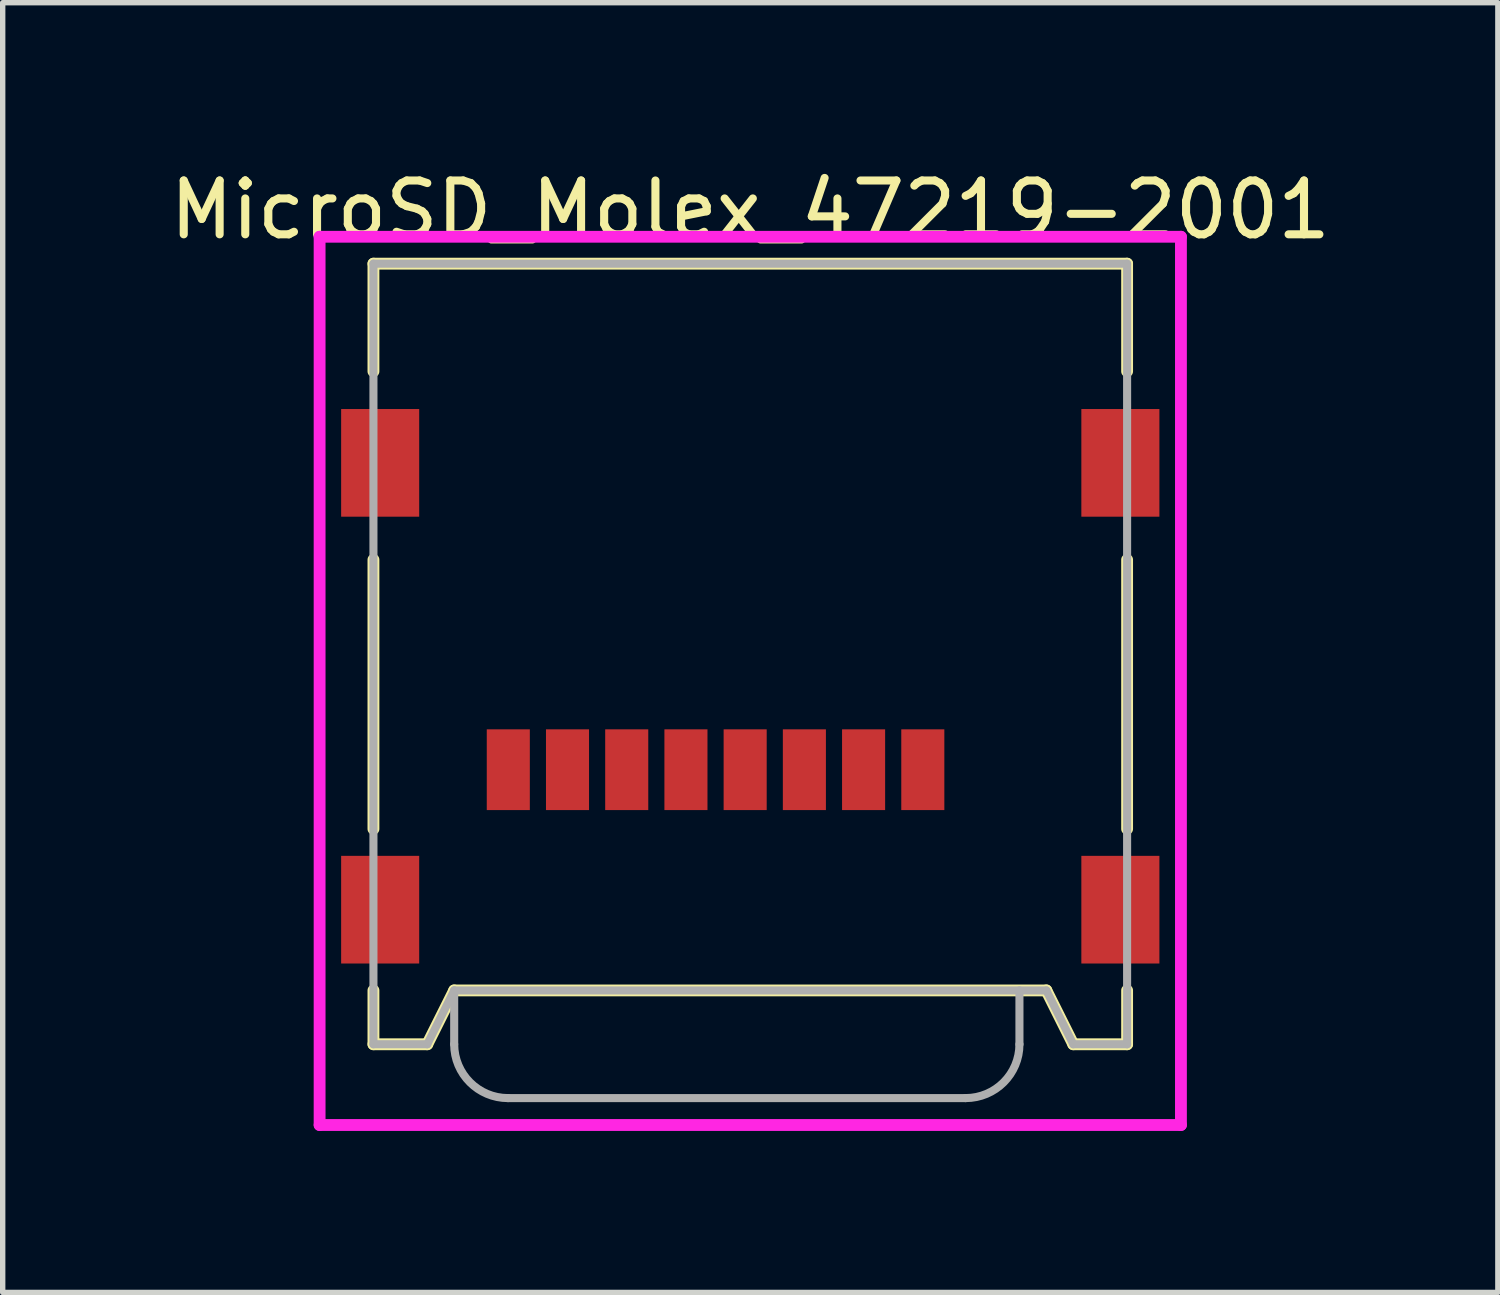
<source format=kicad_pcb>
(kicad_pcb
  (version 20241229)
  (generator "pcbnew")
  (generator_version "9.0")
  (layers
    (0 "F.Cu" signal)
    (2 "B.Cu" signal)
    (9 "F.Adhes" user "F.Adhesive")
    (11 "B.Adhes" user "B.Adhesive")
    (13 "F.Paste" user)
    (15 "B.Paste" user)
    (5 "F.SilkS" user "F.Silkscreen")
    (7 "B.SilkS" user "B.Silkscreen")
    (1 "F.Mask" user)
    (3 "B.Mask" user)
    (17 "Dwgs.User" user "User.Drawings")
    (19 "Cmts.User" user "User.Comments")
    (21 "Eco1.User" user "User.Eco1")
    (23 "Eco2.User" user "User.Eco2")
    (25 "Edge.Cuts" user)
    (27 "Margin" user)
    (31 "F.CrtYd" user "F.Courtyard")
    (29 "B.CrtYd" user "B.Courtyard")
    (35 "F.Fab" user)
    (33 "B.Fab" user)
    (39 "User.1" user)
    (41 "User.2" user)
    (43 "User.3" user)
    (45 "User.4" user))
  (footprint "MicroSD_Molex_47219-2001"
    (layer "F.Cu")
    (at 10.887 13.848)
    (property "Reference" "MicroSD_Molex_47219-2001" (at 0 -13 0) (layer "F.SilkS") (effects (font (size 1 1) (thickness 0.15))))
    (attr through_hole)
    (fp_line (start -7 -12) (end 7 -12) (stroke (width 0.22) (type solid)) (layer "F.SilkS"))
    (fp_line (start -7 -10) (end -7 -12) (stroke (width 0.22) (type solid)) (layer "F.SilkS"))
    (fp_line (start -7 -1.5) (end -7 -6.5) (stroke (width 0.22) (type solid)) (layer "F.SilkS"))
    (fp_line (start -7 2.5) (end -7 1.5) (stroke (width 0.22) (type solid)) (layer "F.SilkS"))
    (fp_line (start -6 2.5) (end -7 2.5) (stroke (width 0.22) (type solid)) (layer "F.SilkS"))
    (fp_line (start -5.5 1.5) (end -6 2.5) (stroke (width 0.22) (type solid)) (layer "F.SilkS"))
    (fp_line (start 5.5 1.5) (end -5.5 1.5) (stroke (width 0.22) (type solid)) (layer "F.SilkS"))
    (fp_line (start 6 2.5) (end 5.5 1.5) (stroke (width 0.22) (type solid)) (layer "F.SilkS"))
    (fp_line (start 7 -12) (end 7 -10) (stroke (width 0.22) (type solid)) (layer "F.SilkS"))
    (fp_line (start 7 -6.5) (end 7 -1.5) (stroke (width 0.22) (type solid)) (layer "F.SilkS"))
    (fp_line (start 7 1.5) (end 7 2.5) (stroke (width 0.22) (type solid)) (layer "F.SilkS"))
    (fp_line (start 7 2.5) (end 6 2.5) (stroke (width 0.22) (type solid)) (layer "F.SilkS"))
    (fp_line (start -8 -12.5) (end 8 -12.5) (stroke (width 0.22) (type solid)) (layer "F.CrtYd"))
    (fp_line (start -8 4) (end -8 -12.5) (stroke (width 0.22) (type solid)) (layer "F.CrtYd"))
    (fp_line (start 8 -12.5) (end 8 4) (stroke (width 0.22) (type solid)) (layer "F.CrtYd"))
    (fp_line (start 8 4) (end -8 4) (stroke (width 0.22) (type solid)) (layer "F.CrtYd"))
    (fp_line (start -7 -12) (end 7 -12) (stroke (width 0.15) (type solid)) (layer "F.Fab"))
    (fp_line (start -7 2.5) (end -7 -12) (stroke (width 0.15) (type solid)) (layer "F.Fab"))
    (fp_line (start -6 2.5) (end -7 2.5) (stroke (width 0.15) (type solid)) (layer "F.Fab"))
    (fp_line (start -5.5 1.5) (end -6 2.5) (stroke (width 0.15) (type solid)) (layer "F.Fab"))
    (fp_line (start -5.5 2.5) (end -5.5 1.5) (stroke (width 0.15) (type solid)) (layer "F.Fab"))
    (fp_line (start 4 3.5) (end -4.5 3.5) (stroke (width 0.15) (type solid)) (layer "F.Fab"))
    (fp_line (start 5 2.5) (end 5 1.5) (stroke (width 0.15) (type solid)) (layer "F.Fab"))
    (fp_line (start 5.5 1.5) (end -5.5 1.5) (stroke (width 0.15) (type solid)) (layer "F.Fab"))
    (fp_line (start 6 2.5) (end 5.5 1.5) (stroke (width 0.15) (type solid)) (layer "F.Fab"))
    (fp_line (start 7 -12) (end 7 2.5) (stroke (width 0.15) (type solid)) (layer "F.Fab"))
    (fp_line (start 7 2.5) (end 6 2.5) (stroke (width 0.15) (type solid)) (layer "F.Fab"))
    (fp_arc (start -4.5 3.5) (mid -5.207107 3.207107) (end -5.5 2.5) (stroke (width 0.15) (type solid)) (layer "F.Fab"))
    (fp_arc (start 5 2.5) (mid 4.707107 3.207107) (end 4 3.5) (stroke (width 0.15) (type solid)) (layer "F.Fab"))
    (pad "1" smd rect (at 3.205 -2.6) (size 0.8 1.5) (layers "F.Cu" "F.Mask" "F.Paste"))
    (pad "2" smd rect (at 2.105 -2.6) (size 0.8 1.5) (layers "F.Cu" "F.Mask" "F.Paste"))
    (pad "3" smd rect (at 1.005 -2.6) (size 0.8 1.5) (layers "F.Cu" "F.Mask" "F.Paste"))
    (pad "4" smd rect (at -0.095 -2.6) (size 0.8 1.5) (layers "F.Cu" "F.Mask" "F.Paste"))
    (pad "5" smd rect (at -1.195 -2.6) (size 0.8 1.5) (layers "F.Cu" "F.Mask" "F.Paste"))
    (pad "6" smd rect (at -2.295 -2.6) (size 0.8 1.5) (layers "F.Cu" "F.Mask" "F.Paste"))
    (pad "7" smd rect (at -3.395 -2.6) (size 0.8 1.5) (layers "F.Cu" "F.Mask" "F.Paste"))
    (pad "8" smd rect (at -4.495 -2.6) (size 0.8 1.5) (layers "F.Cu" "F.Mask" "F.Paste"))
    (pad "9" smd rect (at -6.875 -8.3) (size 1.45 2) (layers "F.Cu" "F.Mask" "F.Paste"))
    (pad "9" smd rect (at -6.875 0) (size 1.45 2) (layers "F.Cu" "F.Mask" "F.Paste"))
    (pad "9" smd rect (at 6.875 -8.3) (size 1.45 2) (layers "F.Cu" "F.Mask" "F.Paste"))
    (pad "9" smd rect (at 6.875 0) (size 1.45 2) (layers "F.Cu" "F.Mask" "F.Paste")))
  (gr_rect
    (start -3 -3)
    (end 24.774 20.958)
    (stroke (width 0.1) (type default))
    (fill no)
    (layer "Edge.Cuts")))
</source>
